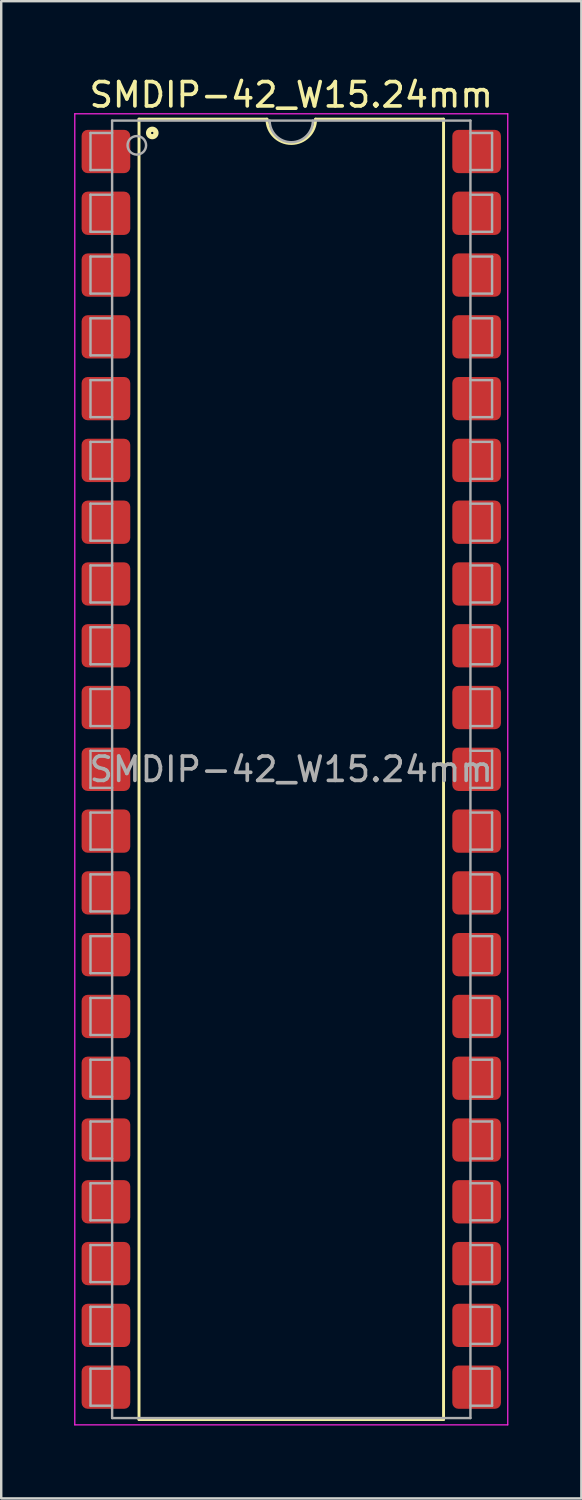
<source format=kicad_pcb>
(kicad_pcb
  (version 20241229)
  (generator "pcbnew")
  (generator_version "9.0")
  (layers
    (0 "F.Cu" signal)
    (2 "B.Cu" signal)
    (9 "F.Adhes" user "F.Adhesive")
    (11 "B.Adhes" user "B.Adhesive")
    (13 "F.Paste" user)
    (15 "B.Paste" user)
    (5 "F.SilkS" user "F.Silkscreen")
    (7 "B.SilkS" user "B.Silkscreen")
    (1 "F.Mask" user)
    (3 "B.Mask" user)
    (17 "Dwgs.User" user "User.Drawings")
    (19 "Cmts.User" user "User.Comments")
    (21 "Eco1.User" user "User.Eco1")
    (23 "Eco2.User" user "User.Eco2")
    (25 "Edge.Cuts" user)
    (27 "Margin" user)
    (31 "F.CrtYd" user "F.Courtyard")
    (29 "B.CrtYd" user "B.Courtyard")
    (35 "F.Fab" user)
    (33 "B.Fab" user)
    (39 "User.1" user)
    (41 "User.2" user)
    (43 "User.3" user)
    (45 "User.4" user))
  (footprint "SMDIP-42_W15.24mm"
    (layer "F.Cu")
    (at 8.925 28.578)
    (property "Reference" "SMDIP-42_W15.24mm" (at 0 -27.73 0) (layer "F.SilkS") (effects (font (size 1 1) (thickness 0.15))))
    (attr smd)
    (fp_line (start -6.26 -26.73) (end -6.26 26.73) (stroke (width 0.12) (type solid)) (layer "F.SilkS"))
    (fp_line (start -6.26 26.73) (end 6.26 26.73) (stroke (width 0.12) (type solid)) (layer "F.SilkS"))
    (fp_line (start -1 -26.73) (end -6.26 -26.73) (stroke (width 0.12) (type solid)) (layer "F.SilkS"))
    (fp_line (start 6.26 -26.73) (end 1 -26.73) (stroke (width 0.12) (type solid)) (layer "F.SilkS"))
    (fp_line (start 6.26 26.73) (end 6.26 -26.73) (stroke (width 0.12) (type solid)) (layer "F.SilkS"))
    (fp_arc (start 1 -26.73) (mid 0 -25.73) (end -1 -26.73) (stroke (width 0.12) (type solid)) (layer "F.SilkS"))
    (fp_circle (center -5.715 -26.162) (end -5.665 -26.162) (stroke (width 0.12) (type solid)) (fill no) (layer "F.SilkS"))
    (fp_circle (center -5.715 -26.162) (end -5.59 -26.162) (stroke (width 0.12) (type solid)) (fill no) (layer "F.SilkS"))
    (fp_circle (center -5.715 -26.162) (end -5.515 -26.162) (stroke (width 0.12) (type solid)) (fill no) (layer "F.SilkS"))
    (fp_line (start -8.9 -26.95) (end -8.9 26.95) (stroke (width 0.05) (type solid)) (layer "F.CrtYd"))
    (fp_line (start -8.9 26.95) (end 8.9 26.95) (stroke (width 0.05) (type solid)) (layer "F.CrtYd"))
    (fp_line (start 8.9 -26.95) (end -8.9 -26.95) (stroke (width 0.05) (type solid)) (layer "F.CrtYd"))
    (fp_line (start 8.9 26.95) (end 8.9 -26.95) (stroke (width 0.05) (type solid)) (layer "F.CrtYd"))
    (fp_line (start -8.255 -26.162) (end -8.255 -24.638) (stroke (width 0.1) (type solid)) (layer "F.Fab"))
    (fp_line (start -8.255 -26.162) (end -7.366 -26.162) (stroke (width 0.1) (type solid)) (layer "F.Fab"))
    (fp_line (start -8.255 -24.638) (end -7.366 -24.638) (stroke (width 0.1) (type solid)) (layer "F.Fab"))
    (fp_line (start -8.255 -23.622) (end -8.255 -22.098) (stroke (width 0.1) (type solid)) (layer "F.Fab"))
    (fp_line (start -8.255 -23.622) (end -7.366 -23.622) (stroke (width 0.1) (type solid)) (layer "F.Fab"))
    (fp_line (start -8.255 -22.098) (end -7.366 -22.098) (stroke (width 0.1) (type solid)) (layer "F.Fab"))
    (fp_line (start -8.255 -21.082) (end -8.255 -19.558) (stroke (width 0.1) (type solid)) (layer "F.Fab"))
    (fp_line (start -8.255 -21.082) (end -7.366 -21.082) (stroke (width 0.1) (type solid)) (layer "F.Fab"))
    (fp_line (start -8.255 -19.558) (end -7.366 -19.558) (stroke (width 0.1) (type solid)) (layer "F.Fab"))
    (fp_line (start -8.255 -18.542) (end -8.255 -17.018) (stroke (width 0.1) (type solid)) (layer "F.Fab"))
    (fp_line (start -8.255 -18.542) (end -7.366 -18.542) (stroke (width 0.1) (type solid)) (layer "F.Fab"))
    (fp_line (start -8.255 -17.018) (end -7.366 -17.018) (stroke (width 0.1) (type solid)) (layer "F.Fab"))
    (fp_line (start -8.255 -16.002) (end -8.255 -14.478) (stroke (width 0.1) (type solid)) (layer "F.Fab"))
    (fp_line (start -8.255 -16.002) (end -7.366 -16.002) (stroke (width 0.1) (type solid)) (layer "F.Fab"))
    (fp_line (start -8.255 -14.478) (end -7.366 -14.478) (stroke (width 0.1) (type solid)) (layer "F.Fab"))
    (fp_line (start -8.255 -13.462) (end -8.255 -11.938) (stroke (width 0.1) (type solid)) (layer "F.Fab"))
    (fp_line (start -8.255 -13.462) (end -7.366 -13.462) (stroke (width 0.1) (type solid)) (layer "F.Fab"))
    (fp_line (start -8.255 -11.938) (end -7.366 -11.938) (stroke (width 0.1) (type solid)) (layer "F.Fab"))
    (fp_line (start -8.255 -10.922) (end -8.255 -9.398) (stroke (width 0.1) (type solid)) (layer "F.Fab"))
    (fp_line (start -8.255 -10.922) (end -7.366 -10.922) (stroke (width 0.1) (type solid)) (layer "F.Fab"))
    (fp_line (start -8.255 -9.398) (end -7.366 -9.398) (stroke (width 0.1) (type solid)) (layer "F.Fab"))
    (fp_line (start -8.255 -8.382) (end -8.255 -6.858) (stroke (width 0.1) (type solid)) (layer "F.Fab"))
    (fp_line (start -8.255 -8.382) (end -7.366 -8.382) (stroke (width 0.1) (type solid)) (layer "F.Fab"))
    (fp_line (start -8.255 -6.858) (end -7.366 -6.858) (stroke (width 0.1) (type solid)) (layer "F.Fab"))
    (fp_line (start -8.255 -5.842) (end -8.255 -4.318) (stroke (width 0.1) (type solid)) (layer "F.Fab"))
    (fp_line (start -8.255 -5.842) (end -7.366 -5.842) (stroke (width 0.1) (type solid)) (layer "F.Fab"))
    (fp_line (start -8.255 -4.318) (end -7.366 -4.318) (stroke (width 0.1) (type solid)) (layer "F.Fab"))
    (fp_line (start -8.255 -3.302) (end -8.255 -1.778) (stroke (width 0.1) (type solid)) (layer "F.Fab"))
    (fp_line (start -8.255 -3.302) (end -7.366 -3.302) (stroke (width 0.1) (type solid)) (layer "F.Fab"))
    (fp_line (start -8.255 -1.778) (end -7.366 -1.778) (stroke (width 0.1) (type solid)) (layer "F.Fab"))
    (fp_line (start -8.255 -0.762) (end -8.255 0.762) (stroke (width 0.1) (type solid)) (layer "F.Fab"))
    (fp_line (start -8.255 -0.762) (end -7.366 -0.762) (stroke (width 0.1) (type solid)) (layer "F.Fab"))
    (fp_line (start -8.255 0.762) (end -7.366 0.762) (stroke (width 0.1) (type solid)) (layer "F.Fab"))
    (fp_line (start -8.255 1.778) (end -8.255 3.302) (stroke (width 0.1) (type solid)) (layer "F.Fab"))
    (fp_line (start -8.255 1.778) (end -7.366 1.778) (stroke (width 0.1) (type solid)) (layer "F.Fab"))
    (fp_line (start -8.255 3.302) (end -7.366 3.302) (stroke (width 0.1) (type solid)) (layer "F.Fab"))
    (fp_line (start -8.255 4.318) (end -8.255 5.842) (stroke (width 0.1) (type solid)) (layer "F.Fab"))
    (fp_line (start -8.255 4.318) (end -7.366 4.318) (stroke (width 0.1) (type solid)) (layer "F.Fab"))
    (fp_line (start -8.255 5.842) (end -7.366 5.842) (stroke (width 0.1) (type solid)) (layer "F.Fab"))
    (fp_line (start -8.255 6.858) (end -8.255 8.382) (stroke (width 0.1) (type solid)) (layer "F.Fab"))
    (fp_line (start -8.255 6.858) (end -7.366 6.858) (stroke (width 0.1) (type solid)) (layer "F.Fab"))
    (fp_line (start -8.255 8.382) (end -7.366 8.382) (stroke (width 0.1) (type solid)) (layer "F.Fab"))
    (fp_line (start -8.255 9.398) (end -8.255 10.922) (stroke (width 0.1) (type solid)) (layer "F.Fab"))
    (fp_line (start -8.255 9.398) (end -7.366 9.398) (stroke (width 0.1) (type solid)) (layer "F.Fab"))
    (fp_line (start -8.255 10.922) (end -7.366 10.922) (stroke (width 0.1) (type solid)) (layer "F.Fab"))
    (fp_line (start -8.255 11.938) (end -8.255 13.462) (stroke (width 0.1) (type solid)) (layer "F.Fab"))
    (fp_line (start -8.255 11.938) (end -7.366 11.938) (stroke (width 0.1) (type solid)) (layer "F.Fab"))
    (fp_line (start -8.255 13.462) (end -7.366 13.462) (stroke (width 0.1) (type solid)) (layer "F.Fab"))
    (fp_line (start -8.255 14.478) (end -8.255 16.002) (stroke (width 0.1) (type solid)) (layer "F.Fab"))
    (fp_line (start -8.255 14.478) (end -7.366 14.478) (stroke (width 0.1) (type solid)) (layer "F.Fab"))
    (fp_line (start -8.255 16.002) (end -7.366 16.002) (stroke (width 0.1) (type solid)) (layer "F.Fab"))
    (fp_line (start -8.255 17.018) (end -8.255 18.542) (stroke (width 0.1) (type solid)) (layer "F.Fab"))
    (fp_line (start -8.255 17.018) (end -7.366 17.018) (stroke (width 0.1) (type solid)) (layer "F.Fab"))
    (fp_line (start -8.255 18.542) (end -7.366 18.542) (stroke (width 0.1) (type solid)) (layer "F.Fab"))
    (fp_line (start -8.255 19.558) (end -8.255 21.082) (stroke (width 0.1) (type solid)) (layer "F.Fab"))
    (fp_line (start -8.255 19.558) (end -7.366 19.558) (stroke (width 0.1) (type solid)) (layer "F.Fab"))
    (fp_line (start -8.255 21.082) (end -7.366 21.082) (stroke (width 0.1) (type solid)) (layer "F.Fab"))
    (fp_line (start -8.255 22.098) (end -8.255 23.622) (stroke (width 0.1) (type solid)) (layer "F.Fab"))
    (fp_line (start -8.255 22.098) (end -7.366 22.098) (stroke (width 0.1) (type solid)) (layer "F.Fab"))
    (fp_line (start -8.255 23.622) (end -7.366 23.622) (stroke (width 0.1) (type solid)) (layer "F.Fab"))
    (fp_line (start -8.255 24.638) (end -8.255 26.162) (stroke (width 0.1) (type solid)) (layer "F.Fab"))
    (fp_line (start -8.255 24.638) (end -7.366 24.638) (stroke (width 0.1) (type solid)) (layer "F.Fab"))
    (fp_line (start -8.255 26.162) (end -7.366 26.162) (stroke (width 0.1) (type solid)) (layer "F.Fab"))
    (fp_line (start -7.366 -26.67) (end 7.365 -26.67) (stroke (width 0.1) (type solid)) (layer "F.Fab"))
    (fp_line (start -7.365 26.67) (end -7.366 -26.67) (stroke (width 0.1) (type solid)) (layer "F.Fab"))
    (fp_line (start 7.365 -26.67) (end 7.365 26.67) (stroke (width 0.1) (type solid)) (layer "F.Fab"))
    (fp_line (start 7.365 26.67) (end -7.365 26.67) (stroke (width 0.1) (type solid)) (layer "F.Fab"))
    (fp_line (start 8.255 -26.162) (end 7.366 -26.162) (stroke (width 0.1) (type solid)) (layer "F.Fab"))
    (fp_line (start 8.255 -24.638) (end 7.366 -24.638) (stroke (width 0.1) (type solid)) (layer "F.Fab"))
    (fp_line (start 8.255 -24.638) (end 8.255 -26.162) (stroke (width 0.1) (type solid)) (layer "F.Fab"))
    (fp_line (start 8.255 -23.622) (end 7.366 -23.622) (stroke (width 0.1) (type solid)) (layer "F.Fab"))
    (fp_line (start 8.255 -22.098) (end 7.366 -22.098) (stroke (width 0.1) (type solid)) (layer "F.Fab"))
    (fp_line (start 8.255 -22.098) (end 8.255 -23.622) (stroke (width 0.1) (type solid)) (layer "F.Fab"))
    (fp_line (start 8.255 -21.082) (end 7.366 -21.082) (stroke (width 0.1) (type solid)) (layer "F.Fab"))
    (fp_line (start 8.255 -19.558) (end 7.366 -19.558) (stroke (width 0.1) (type solid)) (layer "F.Fab"))
    (fp_line (start 8.255 -19.558) (end 8.255 -21.082) (stroke (width 0.1) (type solid)) (layer "F.Fab"))
    (fp_line (start 8.255 -18.542) (end 7.366 -18.542) (stroke (width 0.1) (type solid)) (layer "F.Fab"))
    (fp_line (start 8.255 -17.018) (end 7.366 -17.018) (stroke (width 0.1) (type solid)) (layer "F.Fab"))
    (fp_line (start 8.255 -17.018) (end 8.255 -18.542) (stroke (width 0.1) (type solid)) (layer "F.Fab"))
    (fp_line (start 8.255 -16.002) (end 7.366 -16.002) (stroke (width 0.1) (type solid)) (layer "F.Fab"))
    (fp_line (start 8.255 -14.478) (end 7.366 -14.478) (stroke (width 0.1) (type solid)) (layer "F.Fab"))
    (fp_line (start 8.255 -14.478) (end 8.255 -16.002) (stroke (width 0.1) (type solid)) (layer "F.Fab"))
    (fp_line (start 8.255 -13.462) (end 7.366 -13.462) (stroke (width 0.1) (type solid)) (layer "F.Fab"))
    (fp_line (start 8.255 -11.938) (end 7.366 -11.938) (stroke (width 0.1) (type solid)) (layer "F.Fab"))
    (fp_line (start 8.255 -11.938) (end 8.255 -13.462) (stroke (width 0.1) (type solid)) (layer "F.Fab"))
    (fp_line (start 8.255 -10.922) (end 7.366 -10.922) (stroke (width 0.1) (type solid)) (layer "F.Fab"))
    (fp_line (start 8.255 -9.398) (end 7.366 -9.398) (stroke (width 0.1) (type solid)) (layer "F.Fab"))
    (fp_line (start 8.255 -9.398) (end 8.255 -10.922) (stroke (width 0.1) (type solid)) (layer "F.Fab"))
    (fp_line (start 8.255 -8.382) (end 7.366 -8.382) (stroke (width 0.1) (type solid)) (layer "F.Fab"))
    (fp_line (start 8.255 -6.858) (end 7.366 -6.858) (stroke (width 0.1) (type solid)) (layer "F.Fab"))
    (fp_line (start 8.255 -6.858) (end 8.255 -8.382) (stroke (width 0.1) (type solid)) (layer "F.Fab"))
    (fp_line (start 8.255 -5.842) (end 7.366 -5.842) (stroke (width 0.1) (type solid)) (layer "F.Fab"))
    (fp_line (start 8.255 -4.318) (end 7.366 -4.318) (stroke (width 0.1) (type solid)) (layer "F.Fab"))
    (fp_line (start 8.255 -4.318) (end 8.255 -5.842) (stroke (width 0.1) (type solid)) (layer "F.Fab"))
    (fp_line (start 8.255 -3.302) (end 7.366 -3.302) (stroke (width 0.1) (type solid)) (layer "F.Fab"))
    (fp_line (start 8.255 -1.778) (end 7.366 -1.778) (stroke (width 0.1) (type solid)) (layer "F.Fab"))
    (fp_line (start 8.255 -1.778) (end 8.255 -3.302) (stroke (width 0.1) (type solid)) (layer "F.Fab"))
    (fp_line (start 8.255 -0.762) (end 7.366 -0.762) (stroke (width 0.1) (type solid)) (layer "F.Fab"))
    (fp_line (start 8.255 0.762) (end 7.366 0.762) (stroke (width 0.1) (type solid)) (layer "F.Fab"))
    (fp_line (start 8.255 0.762) (end 8.255 -0.762) (stroke (width 0.1) (type solid)) (layer "F.Fab"))
    (fp_line (start 8.255 1.778) (end 7.366 1.778) (stroke (width 0.1) (type solid)) (layer "F.Fab"))
    (fp_line (start 8.255 3.302) (end 7.366 3.302) (stroke (width 0.1) (type solid)) (layer "F.Fab"))
    (fp_line (start 8.255 3.302) (end 8.255 1.778) (stroke (width 0.1) (type solid)) (layer "F.Fab"))
    (fp_line (start 8.255 4.318) (end 7.366 4.318) (stroke (width 0.1) (type solid)) (layer "F.Fab"))
    (fp_line (start 8.255 5.842) (end 7.366 5.842) (stroke (width 0.1) (type solid)) (layer "F.Fab"))
    (fp_line (start 8.255 5.842) (end 8.255 4.318) (stroke (width 0.1) (type solid)) (layer "F.Fab"))
    (fp_line (start 8.255 6.858) (end 7.366 6.858) (stroke (width 0.1) (type solid)) (layer "F.Fab"))
    (fp_line (start 8.255 8.382) (end 7.366 8.382) (stroke (width 0.1) (type solid)) (layer "F.Fab"))
    (fp_line (start 8.255 8.382) (end 8.255 6.858) (stroke (width 0.1) (type solid)) (layer "F.Fab"))
    (fp_line (start 8.255 9.398) (end 7.366 9.398) (stroke (width 0.1) (type solid)) (layer "F.Fab"))
    (fp_line (start 8.255 10.922) (end 7.366 10.922) (stroke (width 0.1) (type solid)) (layer "F.Fab"))
    (fp_line (start 8.255 10.922) (end 8.255 9.398) (stroke (width 0.1) (type solid)) (layer "F.Fab"))
    (fp_line (start 8.255 11.938) (end 7.366 11.938) (stroke (width 0.1) (type solid)) (layer "F.Fab"))
    (fp_line (start 8.255 13.462) (end 7.366 13.462) (stroke (width 0.1) (type solid)) (layer "F.Fab"))
    (fp_line (start 8.255 13.462) (end 8.255 11.938) (stroke (width 0.1) (type solid)) (layer "F.Fab"))
    (fp_line (start 8.255 14.478) (end 7.366 14.478) (stroke (width 0.1) (type solid)) (layer "F.Fab"))
    (fp_line (start 8.255 16.002) (end 7.366 16.002) (stroke (width 0.1) (type solid)) (layer "F.Fab"))
    (fp_line (start 8.255 16.002) (end 8.255 14.478) (stroke (width 0.1) (type solid)) (layer "F.Fab"))
    (fp_line (start 8.255 17.018) (end 7.366 17.018) (stroke (width 0.1) (type solid)) (layer "F.Fab"))
    (fp_line (start 8.255 18.542) (end 7.366 18.542) (stroke (width 0.1) (type solid)) (layer "F.Fab"))
    (fp_line (start 8.255 18.542) (end 8.255 17.018) (stroke (width 0.1) (type solid)) (layer "F.Fab"))
    (fp_line (start 8.255 19.558) (end 7.366 19.558) (stroke (width 0.1) (type solid)) (layer "F.Fab"))
    (fp_line (start 8.255 21.082) (end 7.366 21.082) (stroke (width 0.1) (type solid)) (layer "F.Fab"))
    (fp_line (start 8.255 21.082) (end 8.255 19.558) (stroke (width 0.1) (type solid)) (layer "F.Fab"))
    (fp_line (start 8.255 22.098) (end 7.366 22.098) (stroke (width 0.1) (type solid)) (layer "F.Fab"))
    (fp_line (start 8.255 23.622) (end 7.366 23.622) (stroke (width 0.1) (type solid)) (layer "F.Fab"))
    (fp_line (start 8.255 23.622) (end 8.255 22.098) (stroke (width 0.1) (type solid)) (layer "F.Fab"))
    (fp_line (start 8.255 24.638) (end 7.366 24.638) (stroke (width 0.1) (type solid)) (layer "F.Fab"))
    (fp_line (start 8.255 26.162) (end 7.366 26.162) (stroke (width 0.1) (type solid)) (layer "F.Fab"))
    (fp_line (start 8.255 26.162) (end 8.255 24.638) (stroke (width 0.1) (type solid)) (layer "F.Fab"))
    (fp_arc (start 0.889 -26.67) (mid 0 -25.781) (end -0.889 -26.67) (stroke (width 0.1) (type solid)) (layer "F.Fab"))
    (fp_circle (center -6.35 -25.654) (end -5.969 -25.654) (stroke (width 0.1) (type solid)) (fill no) (layer "F.Fab"))
    (fp_text user "${REFERENCE}" (at 0 0 0) (layer "F.Fab") (effects (font (size 1 1) (thickness 0.15))))
    (pad "1" smd roundrect (at -7.62 -25.4) (size 2 1.78) (layers "F.Cu" "F.Mask" "F.Paste") (roundrect_rratio 0.14))
    (pad "2" smd roundrect (at -7.62 -22.86) (size 2 1.78) (layers "F.Cu" "F.Mask" "F.Paste") (roundrect_rratio 0.14))
    (pad "3" smd roundrect (at -7.62 -20.32) (size 2 1.78) (layers "F.Cu" "F.Mask" "F.Paste") (roundrect_rratio 0.14))
    (pad "4" smd roundrect (at -7.62 -17.78) (size 2 1.78) (layers "F.Cu" "F.Mask" "F.Paste") (roundrect_rratio 0.14))
    (pad "5" smd roundrect (at -7.62 -15.24) (size 2 1.78) (layers "F.Cu" "F.Mask" "F.Paste") (roundrect_rratio 0.14))
    (pad "6" smd roundrect (at -7.62 -12.7) (size 2 1.78) (layers "F.Cu" "F.Mask" "F.Paste") (roundrect_rratio 0.14))
    (pad "7" smd roundrect (at -7.62 -10.16) (size 2 1.78) (layers "F.Cu" "F.Mask" "F.Paste") (roundrect_rratio 0.14))
    (pad "8" smd roundrect (at -7.62 -7.62) (size 2 1.78) (layers "F.Cu" "F.Mask" "F.Paste") (roundrect_rratio 0.14))
    (pad "9" smd roundrect (at -7.62 -5.08) (size 2 1.78) (layers "F.Cu" "F.Mask" "F.Paste") (roundrect_rratio 0.14))
    (pad "10" smd roundrect (at -7.62 -2.54) (size 2 1.78) (layers "F.Cu" "F.Mask" "F.Paste") (roundrect_rratio 0.14))
    (pad "11" smd roundrect (at -7.62 0) (size 2 1.78) (layers "F.Cu" "F.Mask" "F.Paste") (roundrect_rratio 0.14))
    (pad "12" smd roundrect (at -7.62 2.54) (size 2 1.78) (layers "F.Cu" "F.Mask" "F.Paste") (roundrect_rratio 0.14))
    (pad "13" smd roundrect (at -7.62 5.08) (size 2 1.78) (layers "F.Cu" "F.Mask" "F.Paste") (roundrect_rratio 0.14))
    (pad "14" smd roundrect (at -7.62 7.62) (size 2 1.78) (layers "F.Cu" "F.Mask" "F.Paste") (roundrect_rratio 0.14))
    (pad "15" smd roundrect (at -7.62 10.16) (size 2 1.78) (layers "F.Cu" "F.Mask" "F.Paste") (roundrect_rratio 0.14))
    (pad "16" smd roundrect (at -7.62 12.7) (size 2 1.78) (layers "F.Cu" "F.Mask" "F.Paste") (roundrect_rratio 0.14))
    (pad "17" smd roundrect (at -7.62 15.24) (size 2 1.78) (layers "F.Cu" "F.Mask" "F.Paste") (roundrect_rratio 0.14))
    (pad "18" smd roundrect (at -7.62 17.78) (size 2 1.78) (layers "F.Cu" "F.Mask" "F.Paste") (roundrect_rratio 0.14))
    (pad "19" smd roundrect (at -7.62 20.32) (size 2 1.78) (layers "F.Cu" "F.Mask" "F.Paste") (roundrect_rratio 0.14))
    (pad "20" smd roundrect (at -7.62 22.86) (size 2 1.78) (layers "F.Cu" "F.Mask" "F.Paste") (roundrect_rratio 0.14))
    (pad "21" smd roundrect (at -7.62 25.4) (size 2 1.78) (layers "F.Cu" "F.Mask" "F.Paste") (roundrect_rratio 0.14))
    (pad "22" smd roundrect (at 7.62 25.4) (size 2 1.78) (layers "F.Cu" "F.Mask" "F.Paste") (roundrect_rratio 0.14))
    (pad "23" smd roundrect (at 7.62 22.86) (size 2 1.78) (layers "F.Cu" "F.Mask" "F.Paste") (roundrect_rratio 0.14))
    (pad "24" smd roundrect (at 7.62 20.32) (size 2 1.78) (layers "F.Cu" "F.Mask" "F.Paste") (roundrect_rratio 0.14))
    (pad "25" smd roundrect (at 7.62 17.78) (size 2 1.78) (layers "F.Cu" "F.Mask" "F.Paste") (roundrect_rratio 0.14))
    (pad "26" smd roundrect (at 7.62 15.24) (size 2 1.78) (layers "F.Cu" "F.Mask" "F.Paste") (roundrect_rratio 0.14))
    (pad "27" smd roundrect (at 7.62 12.7) (size 2 1.78) (layers "F.Cu" "F.Mask" "F.Paste") (roundrect_rratio 0.14))
    (pad "28" smd roundrect (at 7.62 10.16) (size 2 1.78) (layers "F.Cu" "F.Mask" "F.Paste") (roundrect_rratio 0.14))
    (pad "29" smd roundrect (at 7.62 7.62) (size 2 1.78) (layers "F.Cu" "F.Mask" "F.Paste") (roundrect_rratio 0.14))
    (pad "30" smd roundrect (at 7.62 5.08) (size 2 1.78) (layers "F.Cu" "F.Mask" "F.Paste") (roundrect_rratio 0.14))
    (pad "31" smd roundrect (at 7.62 2.54) (size 2 1.78) (layers "F.Cu" "F.Mask" "F.Paste") (roundrect_rratio 0.14))
    (pad "32" smd roundrect (at 7.62 0) (size 2 1.78) (layers "F.Cu" "F.Mask" "F.Paste") (roundrect_rratio 0.14))
    (pad "33" smd roundrect (at 7.62 -2.54) (size 2 1.78) (layers "F.Cu" "F.Mask" "F.Paste") (roundrect_rratio 0.14))
    (pad "34" smd roundrect (at 7.62 -5.08) (size 2 1.78) (layers "F.Cu" "F.Mask" "F.Paste") (roundrect_rratio 0.14))
    (pad "35" smd roundrect (at 7.62 -7.62) (size 2 1.78) (layers "F.Cu" "F.Mask" "F.Paste") (roundrect_rratio 0.14))
    (pad "36" smd roundrect (at 7.62 -10.16) (size 2 1.78) (layers "F.Cu" "F.Mask" "F.Paste") (roundrect_rratio 0.14))
    (pad "37" smd roundrect (at 7.62 -12.7) (size 2 1.78) (layers "F.Cu" "F.Mask" "F.Paste") (roundrect_rratio 0.14))
    (pad "38" smd roundrect (at 7.62 -15.24) (size 2 1.78) (layers "F.Cu" "F.Mask" "F.Paste") (roundrect_rratio 0.14))
    (pad "39" smd roundrect (at 7.62 -17.78) (size 2 1.78) (layers "F.Cu" "F.Mask" "F.Paste") (roundrect_rratio 0.14))
    (pad "40" smd roundrect (at 7.62 -20.32) (size 2 1.78) (layers "F.Cu" "F.Mask" "F.Paste") (roundrect_rratio 0.14))
    (pad "41" smd roundrect (at 7.62 -22.86) (size 2 1.78) (layers "F.Cu" "F.Mask" "F.Paste") (roundrect_rratio 0.14))
    (pad "42" smd roundrect (at 7.62 -25.4) (size 2 1.78) (layers "F.Cu" "F.Mask" "F.Paste") (roundrect_rratio 0.14)))
  (gr_rect
    (start -3 -3)
    (end 20.85 58.553)
    (stroke (width 0.1) (type default))
    (fill no)
    (layer "Edge.Cuts")))
</source>
